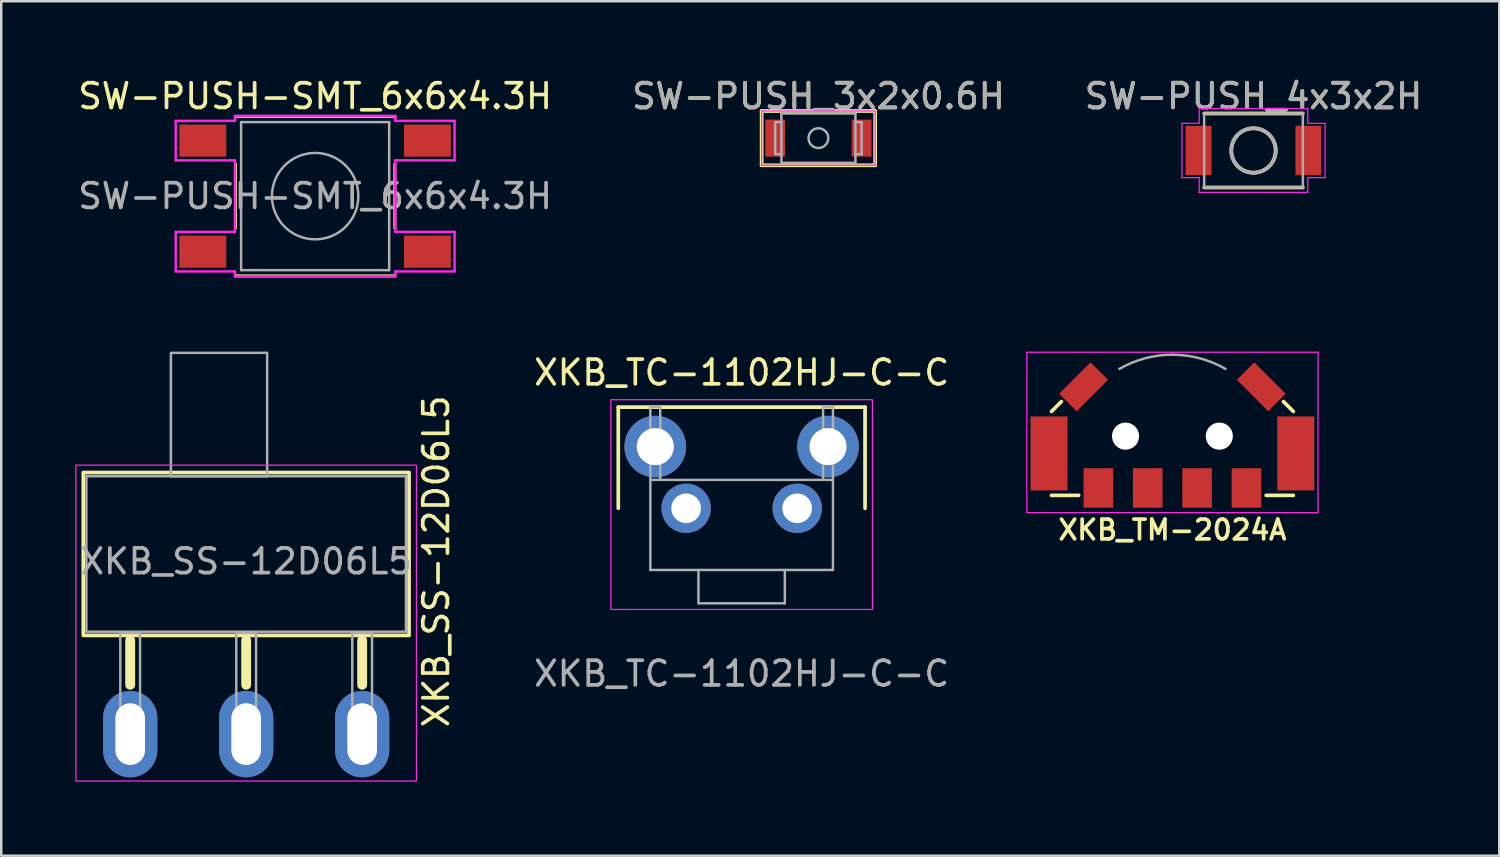
<source format=kicad_pcb>
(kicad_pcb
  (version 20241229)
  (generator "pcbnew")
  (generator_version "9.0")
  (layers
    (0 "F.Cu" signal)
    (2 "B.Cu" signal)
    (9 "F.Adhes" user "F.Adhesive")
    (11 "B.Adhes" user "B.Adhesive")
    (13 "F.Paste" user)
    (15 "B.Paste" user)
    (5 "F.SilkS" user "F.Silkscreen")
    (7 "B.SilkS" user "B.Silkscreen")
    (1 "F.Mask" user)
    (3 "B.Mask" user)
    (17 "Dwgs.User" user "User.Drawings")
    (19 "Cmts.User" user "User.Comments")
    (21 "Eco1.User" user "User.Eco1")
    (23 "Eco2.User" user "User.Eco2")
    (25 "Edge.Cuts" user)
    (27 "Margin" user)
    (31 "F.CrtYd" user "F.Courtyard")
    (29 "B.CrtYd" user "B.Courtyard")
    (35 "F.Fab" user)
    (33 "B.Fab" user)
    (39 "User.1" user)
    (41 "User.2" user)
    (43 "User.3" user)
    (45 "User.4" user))
  (footprint "SW-PUSH-SMT_6x6x4.3H"
    (layer "F.Cu")
    (at 9.72 4.898)
    (property "Reference" "SW-PUSH-SMT_6x6x4.3H" (at 0 -4.05 0) (layer "F.SilkS") (effects (font (size 1 1) (thickness 0.15))))
    (attr smd)
    (fp_line (start -3.23 -3.23) (end 3.23 -3.23) (stroke (width 0.12) (type solid)) (layer "F.SilkS"))
    (fp_line (start -3.23 -3.2) (end -3.23 -3.23) (stroke (width 0.12) (type solid)) (layer "F.SilkS"))
    (fp_line (start -3.23 -1.3) (end -3.23 1.3) (stroke (width 0.12) (type solid)) (layer "F.SilkS"))
    (fp_line (start -3.23 3.23) (end -3.23 3.2) (stroke (width 0.12) (type solid)) (layer "F.SilkS"))
    (fp_line (start -3.23 3.23) (end 3.23 3.23) (stroke (width 0.12) (type solid)) (layer "F.SilkS"))
    (fp_line (start 3.23 -3.23) (end 3.23 -3.2) (stroke (width 0.12) (type solid)) (layer "F.SilkS"))
    (fp_line (start 3.23 -1.3) (end 3.23 1.3) (stroke (width 0.12) (type solid)) (layer "F.SilkS"))
    (fp_line (start 3.23 3.23) (end 3.23 3.2) (stroke (width 0.12) (type solid)) (layer "F.SilkS"))
    (fp_line (start -5.65 -3.05) (end -3.25 -3.05) (stroke (width 0.1) (type solid)) (layer "F.CrtYd"))
    (fp_line (start -5.65 -1.45) (end -5.65 -3.05) (stroke (width 0.1) (type solid)) (layer "F.CrtYd"))
    (fp_line (start -5.65 1.45) (end -3.25 1.45) (stroke (width 0.1) (type solid)) (layer "F.CrtYd"))
    (fp_line (start -5.65 3.05) (end -5.65 1.45) (stroke (width 0.1) (type solid)) (layer "F.CrtYd"))
    (fp_line (start -3.25 -3.25) (end 3.25 -3.25) (stroke (width 0.1) (type solid)) (layer "F.CrtYd"))
    (fp_line (start -3.25 -3.05) (end -3.25 -3.25) (stroke (width 0.1) (type solid)) (layer "F.CrtYd"))
    (fp_line (start -3.25 -1.45) (end -5.65 -1.45) (stroke (width 0.1) (type solid)) (layer "F.CrtYd"))
    (fp_line (start -3.25 1.45) (end -3.25 -1.45) (stroke (width 0.1) (type solid)) (layer "F.CrtYd"))
    (fp_line (start -3.25 3.05) (end -5.65 3.05) (stroke (width 0.1) (type solid)) (layer "F.CrtYd"))
    (fp_line (start -3.25 3.25) (end -3.25 3.05) (stroke (width 0.1) (type solid)) (layer "F.CrtYd"))
    (fp_line (start 3.25 -3.25) (end 3.25 -3.05) (stroke (width 0.1) (type solid)) (layer "F.CrtYd"))
    (fp_line (start 3.25 -3.05) (end 5.65 -3.05) (stroke (width 0.1) (type solid)) (layer "F.CrtYd"))
    (fp_line (start 3.25 -1.45) (end 3.25 1.45) (stroke (width 0.1) (type solid)) (layer "F.CrtYd"))
    (fp_line (start 3.25 1.45) (end 5.65 1.45) (stroke (width 0.1) (type solid)) (layer "F.CrtYd"))
    (fp_line (start 3.25 3.05) (end 3.25 3.25) (stroke (width 0.1) (type solid)) (layer "F.CrtYd"))
    (fp_line (start 3.25 3.25) (end -3.25 3.25) (stroke (width 0.1) (type solid)) (layer "F.CrtYd"))
    (fp_line (start 5.65 -3.05) (end 5.65 -1.45) (stroke (width 0.1) (type solid)) (layer "F.CrtYd"))
    (fp_line (start 5.65 -1.45) (end 3.25 -1.45) (stroke (width 0.1) (type solid)) (layer "F.CrtYd"))
    (fp_line (start 5.65 1.45) (end 5.65 3.05) (stroke (width 0.1) (type solid)) (layer "F.CrtYd"))
    (fp_line (start 5.65 3.05) (end 3.25 3.05) (stroke (width 0.1) (type solid)) (layer "F.CrtYd"))
    (fp_line (start -3 -3) (end -3 3) (stroke (width 0.1) (type solid)) (layer "F.Fab"))
    (fp_line (start -3 3) (end 3 3) (stroke (width 0.1) (type solid)) (layer "F.Fab"))
    (fp_line (start 3 -3) (end -3 -3) (stroke (width 0.1) (type solid)) (layer "F.Fab"))
    (fp_line (start 3 3) (end 3 -3) (stroke (width 0.1) (type solid)) (layer "F.Fab"))
    (fp_circle (center 0 0) (end 1.75 -0.05) (stroke (width 0.1) (type solid)) (fill no) (layer "F.Fab"))
    (fp_text user "${REFERENCE}" (at 0 0 0) (layer "F.Fab") (effects (font (size 1 1) (thickness 0.15))))
    (pad "1" smd rect (at -4.55 -2.25) (size 1.9 1.3) (layers "F.Cu" "F.Mask" "F.Paste"))
    (pad "1" smd rect (at 4.55 -2.25) (size 1.9 1.3) (layers "F.Cu" "F.Mask" "F.Paste"))
    (pad "2" smd rect (at -4.55 2.25) (size 1.9 1.3) (layers "F.Cu" "F.Mask" "F.Paste"))
    (pad "2" smd rect (at 4.55 2.25) (size 1.9 1.3) (layers "F.Cu" "F.Mask" "F.Paste")))
  (footprint "XKB_TC-1102HJ-C-C"
    (layer "F.Cu")
    (at 24.753 17.547)
    (property "Reference" "XKB_TC-1102HJ-C-C" (at 2.25 -5.5 0) (unlocked yes) (layer "F.SilkS") (effects (font (size 1 1) (thickness 0.15))))
    (attr through_hole)
    (fp_line (start -2.75 -4.1) (end -2.75 0) (stroke (width 0.15) (type default)) (layer "F.SilkS"))
    (fp_line (start -2.75 -4.1) (end 7.25 -4.1) (stroke (width 0.15) (type default)) (layer "F.SilkS"))
    (fp_line (start 7.25 -4.1) (end 7.25 0) (stroke (width 0.15) (type default)) (layer "F.SilkS"))
    (fp_rect (start -3.05 -4.4) (end 7.55 4.1) (stroke (width 0.05) (type default)) (fill no) (layer "F.CrtYd"))
    (fp_line (start -1.45 -4.1) (end -1.05 -4.1) (stroke (width 0.1) (type default)) (layer "F.Fab"))
    (fp_line (start -1.45 -1.15) (end 5.95 -1.15) (stroke (width 0.1) (type default)) (layer "F.Fab"))
    (fp_line (start -1.45 2.5) (end -1.45 -4.1) (stroke (width 0.1) (type default)) (layer "F.Fab"))
    (fp_line (start -1.45 2.5) (end 5.95 2.5) (stroke (width 0.1) (type default)) (layer "F.Fab"))
    (fp_line (start -1.05 -4.1) (end -1.05 -1.2) (stroke (width 0.1) (type default)) (layer "F.Fab"))
    (fp_line (start 0.5 3.85) (end 0.5 2.5) (stroke (width 0.1) (type default)) (layer "F.Fab"))
    (fp_line (start 0.5 3.85) (end 4 3.85) (stroke (width 0.1) (type default)) (layer "F.Fab"))
    (fp_line (start 4 3.85) (end 4 2.5) (stroke (width 0.1) (type default)) (layer "F.Fab"))
    (fp_line (start 5.55 -4.1) (end 5.55 -1.2) (stroke (width 0.1) (type default)) (layer "F.Fab"))
    (fp_line (start 5.95 -4.1) (end 5.55 -4.1) (stroke (width 0.1) (type default)) (layer "F.Fab"))
    (fp_line (start 5.95 2.5) (end 5.95 -4.1) (stroke (width 0.1) (type default)) (layer "F.Fab"))
    (fp_text user "${REFERENCE}" (at 2.25 6.7 0) (unlocked yes) (layer "F.Fab") (effects (font (size 1 1) (thickness 0.15))))
    (pad "1" thru_hole circle (at 0 0 90) (size 2 2) (drill 1.2) (layers "*.Cu" "*.Mask"))
    (pad "2" thru_hole circle (at 4.5 0 90) (size 2 2) (drill 1.2) (layers "*.Cu" "*.Mask"))
    (pad "M" thru_hole circle (at -1.25 -2.5 90) (size 2.5 2.5) (drill 1.5) (layers "*.Cu" "*.Mask"))
    (pad "M" thru_hole circle (at 5.75 -2.5 90) (size 2.5 2.5) (drill 1.5) (layers "*.Cu" "*.Mask")))
  (footprint "SW-PUSH_3x2x0.6H"
    (layer "F.Cu")
    (at 30.113 2.548)
    (property "Reference" "SW-PUSH_3x2x0.6H" (at 0 -1.7 0) (layer "F.SilkS") (effects (font (size 1 1) (thickness 0.15))))
    (attr smd)
    (fp_line (start -2.3 -1.1) (end 2.3 -1.1) (stroke (width 0.15) (type solid)) (layer "F.SilkS"))
    (fp_line (start -2.3 1.1) (end -2.3 -1.1) (stroke (width 0.15) (type solid)) (layer "F.SilkS"))
    (fp_line (start 2.3 -1.1) (end 2.3 1.1) (stroke (width 0.15) (type solid)) (layer "F.SilkS"))
    (fp_line (start 2.3 1.1) (end -2.3 1.1) (stroke (width 0.15) (type solid)) (layer "F.SilkS"))
    (fp_line (start -2.3 -1.1) (end 2.3 -1.1) (stroke (width 0.05) (type solid)) (layer "F.CrtYd"))
    (fp_line (start -2.3 1.1) (end -2.3 -1.1) (stroke (width 0.05) (type solid)) (layer "F.CrtYd"))
    (fp_line (start 2.3 -1.1) (end 2.3 1.1) (stroke (width 0.05) (type solid)) (layer "F.CrtYd"))
    (fp_line (start 2.3 1.1) (end -2.3 1.1) (stroke (width 0.05) (type solid)) (layer "F.CrtYd"))
    (fp_line (start -1.75 -0.65) (end -1.75 0.65) (stroke (width 0.1) (type solid)) (layer "F.Fab"))
    (fp_line (start -1.75 0.65) (end -1.5 0.65) (stroke (width 0.1) (type solid)) (layer "F.Fab"))
    (fp_line (start -1.5 -1) (end 1.5 -1) (stroke (width 0.1) (type solid)) (layer "F.Fab"))
    (fp_line (start -1.5 -0.65) (end -1.75 -0.65) (stroke (width 0.1) (type solid)) (layer "F.Fab"))
    (fp_line (start -1.5 1) (end -1.5 -1) (stroke (width 0.1) (type solid)) (layer "F.Fab"))
    (fp_line (start 1.5 -1) (end 1.5 1) (stroke (width 0.1) (type solid)) (layer "F.Fab"))
    (fp_line (start 1.5 -0.65) (end 1.75 -0.65) (stroke (width 0.1) (type solid)) (layer "F.Fab"))
    (fp_line (start 1.5 1) (end -1.5 1) (stroke (width 0.1) (type solid)) (layer "F.Fab"))
    (fp_line (start 1.75 -0.65) (end 1.75 0.65) (stroke (width 0.1) (type solid)) (layer "F.Fab"))
    (fp_line (start 1.75 0.65) (end 1.5 0.65) (stroke (width 0.1) (type solid)) (layer "F.Fab"))
    (fp_circle (center 0 0) (end 0 -0.4) (stroke (width 0.1) (type solid)) (fill no) (layer "F.Fab"))
    (fp_text user "${REFERENCE}" (at 0 -1.7 0) (layer "F.Fab") (effects (font (size 1 1) (thickness 0.15))))
    (pad "1" smd rect (at -1.625 0) (size 0.8 1.5) (drill (offset -0.125 0)) (layers "F.Cu" "F.Mask" "F.Paste"))
    (pad "2" smd rect (at 1.625 0) (size 0.8 1.5) (drill (offset 0.125 0)) (layers "F.Cu" "F.Mask" "F.Paste")))
  (footprint "XKB_TM-2024A"
    (layer "F.Cu")
    (at 44.458 15.623)
    (property "Reference" "XKB_TM-2024A" (at 0 2.8 0) (layer "F.SilkS") (effects (font (size 0.8 0.8) (thickness 0.15))))
    (attr smd)
    (fp_line (start -4.9 -2) (end -4.5 -2.4) (stroke (width 0.15) (type solid)) (layer "F.SilkS"))
    (fp_line (start -4.9 1.4) (end -3.8 1.4) (stroke (width 0.15) (type solid)) (layer "F.SilkS"))
    (fp_line (start 4.9 -2) (end 4.5 -2.4) (stroke (width 0.15) (type solid)) (layer "F.SilkS"))
    (fp_line (start 4.9 1.4) (end 3.8 1.4) (stroke (width 0.15) (type solid)) (layer "F.SilkS"))
    (fp_line (start -5.9 -4.4) (end 5.9 -4.4) (stroke (width 0.05) (type solid)) (layer "F.CrtYd"))
    (fp_line (start -5.9 2.1) (end -5.9 -4.4) (stroke (width 0.05) (type solid)) (layer "F.CrtYd"))
    (fp_line (start 5.9 -4.4) (end 5.9 2.1) (stroke (width 0.05) (type solid)) (layer "F.CrtYd"))
    (fp_line (start 5.9 2.1) (end -5.9 2.1) (stroke (width 0.05) (type solid)) (layer "F.CrtYd"))
    (fp_arc (start -2.15 -3.723909) (mid -1.112922 -4.153481) (end 0 -4.3) (stroke (width 0.1) (type solid)) (layer "F.Fab"))
    (fp_arc (start 0 -4.3) (mid 1.112922 -4.153481) (end 2.15 -3.723909) (stroke (width 0.1) (type solid)) (layer "F.Fab"))
    (pad "" np_thru_hole circle (at -1.9 -1) (size 1.1 1.1) (drill 1.1) (layers "*.Cu" "*.Mask"))
    (pad "" np_thru_hole circle (at 1.9 -1) (size 1.1 1.1) (drill 1.1) (layers "*.Cu" "*.Mask"))
    (pad "1" smd rect (at 3 1.1) (size 1.2 1.6) (layers "F.Cu" "F.Mask" "F.Paste"))
    (pad "2" smd rect (at -3 1.1) (size 1.2 1.6) (layers "F.Cu" "F.Mask" "F.Paste"))
    (pad "C" smd rect (at 1 1.1) (size 1.2 1.6) (layers "F.Cu" "F.Mask" "F.Paste"))
    (pad "M" smd rect (at -5 -0.3) (size 1.5 3) (layers "F.Cu" "F.Mask" "F.Paste"))
    (pad "M" smd rect (at -3.6 -3 45) (size 1.8 1) (layers "F.Cu" "F.Mask" "F.Paste"))
    (pad "M" smd rect (at 3.6 -3 315) (size 1.8 1) (layers "F.Cu" "F.Mask" "F.Paste"))
    (pad "M" smd rect (at 5 -0.3) (size 1.5 3) (layers "F.Cu" "F.Mask" "F.Paste"))
    (pad "T" smd rect (at -1 1.1) (size 1.2 1.6) (layers "F.Cu" "F.Mask" "F.Paste")))
  (footprint "SW-PUSH_4x3x2H"
    (layer "F.Cu")
    (at 47.744 3.048)
    (property "Reference" "SW-PUSH_4x3x2H" (at 0 -2.2 0) (layer "F.SilkS") (effects (font (size 1 1) (thickness 0.15))))
    (attr smd)
    (fp_line (start -2 -1.5) (end 2 -1.5) (stroke (width 0.15) (type solid)) (layer "F.SilkS"))
    (fp_line (start -2 1.5) (end 2 1.5) (stroke (width 0.15) (type solid)) (layer "F.SilkS"))
    (fp_circle (center 0 0) (end 0.9 0) (stroke (width 0.15) (type solid)) (fill no) (layer "F.SilkS"))
    (fp_line (start -2.9 -1.1) (end -2.2 -1.1) (stroke (width 0.05) (type solid)) (layer "F.CrtYd"))
    (fp_line (start -2.9 1.1) (end -2.9 -1.1) (stroke (width 0.05) (type solid)) (layer "F.CrtYd"))
    (fp_line (start -2.2 -1.7) (end 2.2 -1.7) (stroke (width 0.05) (type solid)) (layer "F.CrtYd"))
    (fp_line (start -2.2 -1.1) (end -2.2 -1.7) (stroke (width 0.05) (type solid)) (layer "F.CrtYd"))
    (fp_line (start -2.2 1.1) (end -2.9 1.1) (stroke (width 0.05) (type solid)) (layer "F.CrtYd"))
    (fp_line (start -2.2 1.7) (end -2.2 1.1) (stroke (width 0.05) (type solid)) (layer "F.CrtYd"))
    (fp_line (start 2.2 -1.7) (end 2.2 -1.1) (stroke (width 0.05) (type solid)) (layer "F.CrtYd"))
    (fp_line (start 2.2 -1.1) (end 2.9 -1.1) (stroke (width 0.05) (type solid)) (layer "F.CrtYd"))
    (fp_line (start 2.2 1.1) (end 2.2 1.7) (stroke (width 0.05) (type solid)) (layer "F.CrtYd"))
    (fp_line (start 2.2 1.7) (end -2.2 1.7) (stroke (width 0.05) (type solid)) (layer "F.CrtYd"))
    (fp_line (start 2.9 -1.1) (end 2.9 1.1) (stroke (width 0.05) (type solid)) (layer "F.CrtYd"))
    (fp_line (start 2.9 1.1) (end 2.2 1.1) (stroke (width 0.05) (type solid)) (layer "F.CrtYd"))
    (fp_line (start -2 -1.5) (end 2 -1.5) (stroke (width 0.1) (type solid)) (layer "F.Fab"))
    (fp_line (start -2 1.5) (end -2 -1.5) (stroke (width 0.1) (type solid)) (layer "F.Fab"))
    (fp_line (start -2 1.5) (end 2 1.5) (stroke (width 0.1) (type solid)) (layer "F.Fab"))
    (fp_line (start 2 1.5) (end 2 -1.5) (stroke (width 0.1) (type solid)) (layer "F.Fab"))
    (fp_circle (center 0 0) (end 0.9 0) (stroke (width 0.15) (type solid)) (fill no) (layer "F.Fab"))
    (fp_text user "${REFERENCE}" (at 0 -2.2 0) (layer "F.Fab") (effects (font (size 1 1) (thickness 0.15))))
    (pad "1" smd rect (at -2.225 0) (size 1.05 2) (layers "F.Cu" "F.Mask" "F.Paste"))
    (pad "2" smd rect (at 2.225 0) (size 1.05 2) (layers "F.Cu" "F.Mask" "F.Paste")))
  (footprint "XKB_SS-12D06L5"
    (layer "F.Cu")
    (at 6.925 26.698)
    (property "Reference" "XKB_SS-12D06L5" (at 7.7 -7 90) (unlocked yes) (layer "F.SilkS") (effects (font (size 1 1) (thickness 0.15))))
    (attr through_hole)
    (fp_line (start -4.7 -3.8) (end -4.7 -2) (stroke (width 0.4) (type default)) (layer "F.SilkS"))
    (fp_line (start 0 -3.8) (end 0 -2) (stroke (width 0.4) (type default)) (layer "F.SilkS"))
    (fp_line (start 4.7 -3.8) (end 4.7 -2) (stroke (width 0.4) (type default)) (layer "F.SilkS"))
    (fp_rect (start -6.6 -10.6) (end 6.6 -4) (stroke (width 0.15) (type default)) (fill no) (layer "F.SilkS"))
    (fp_rect (start -6.9 -10.9) (end 6.9 1.9) (stroke (width 0.05) (type default)) (fill no) (layer "F.CrtYd"))
    (fp_rect (start -6.475 -10.45) (end 6.475 -4.15) (stroke (width 0.1) (type default)) (fill no) (layer "F.Fab"))
    (fp_rect (start -5.1 -4.1) (end -4.3 0.7) (stroke (width 0.1) (type default)) (fill no) (layer "F.Fab"))
    (fp_rect (start -3.05 -15.45) (end 0.85 -10.45) (stroke (width 0.1) (type default)) (fill no) (layer "F.Fab"))
    (fp_rect (start -0.4 -4.1) (end 0.4 0.7) (stroke (width 0.1) (type default)) (fill no) (layer "F.Fab"))
    (fp_rect (start 4.3 -4.1) (end 5.1 0.7) (stroke (width 0.1) (type default)) (fill no) (layer "F.Fab"))
    (fp_text user "${REFERENCE}" (at 0 -7 0) (unlocked yes) (layer "F.Fab") (effects (font (size 1 1) (thickness 0.15))))
    (pad "1" thru_hole oval (at -4.7 0) (size 2.2 3.5) (drill oval 1.2 2.5) (layers "*.Cu" "*.Mask"))
    (pad "2" thru_hole oval (at 0 0) (size 2.2 3.5) (drill oval 1.2 2.5) (layers "*.Cu" "*.Mask"))
    (pad "3" thru_hole oval (at 4.7 0) (size 2.2 3.5) (drill oval 1.2 2.5) (layers "*.Cu" "*.Mask")))
  (gr_rect
    (start -3 -3)
    (end 57.702 31.623)
    (stroke (width 0.1) (type default))
    (fill no)
    (layer "Edge.Cuts")))
</source>
